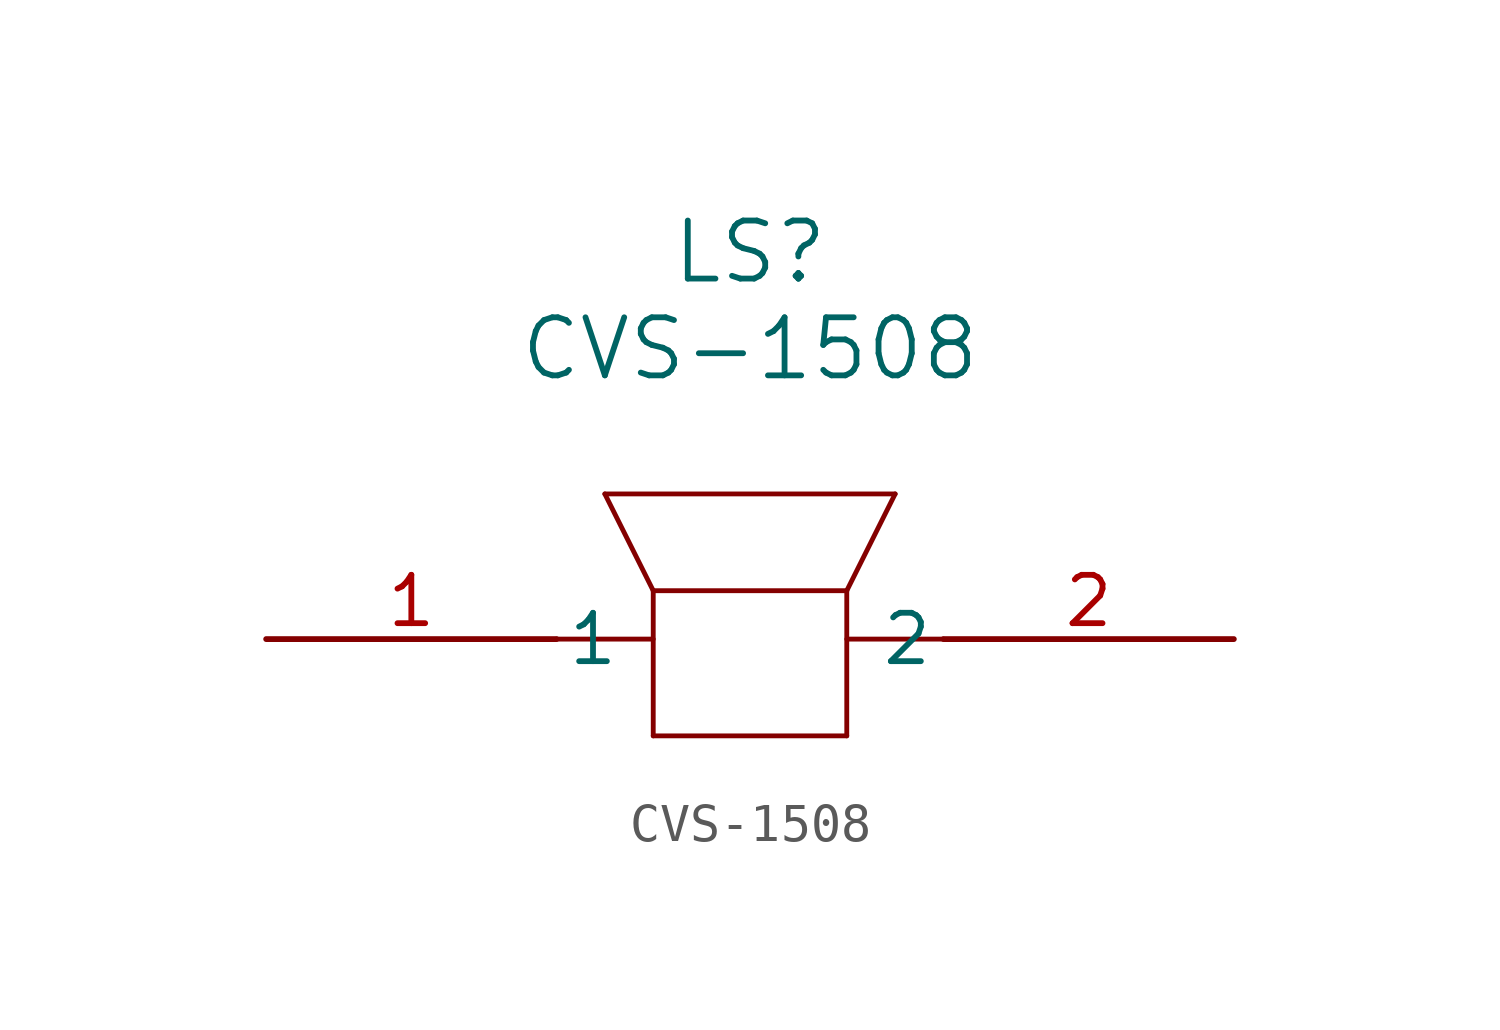
<source format=kicad_sym>
(kicad_symbol_lib
  (version 20211014)
  (generator kicad_symbol_editor)
  (symbol "CVS-1508"
    (pin_names
      (offset 0.254))
    (property "Reference" "LS"
      (at 12.7 10.16 0)
      (effects (font (size 1.524 1.524))))
    (property "Value" "CVS-1508"
      (at 12.7 7.62 0)
      (effects (font (size 1.524 1.524))))
    (polyline
      (pts (xy 7.62 0) (xy 10.16 0))
      (stroke (width 0.127) (type default) (color 0 0 0 0))
      (fill (type none)))
    (polyline
      (pts (xy 17.78 0) (xy 15.24 0))
      (stroke (width 0.127) (type default) (color 0 0 0 0))
      (fill (type none)))
    (polyline
      (pts (xy 10.16 1.27) (xy 10.16 -2.54))
      (stroke (width 0.127) (type default) (color 0 0 0 0))
      (fill (type none)))
    (polyline
      (pts (xy 10.16 -2.54) (xy 15.24 -2.54))
      (stroke (width 0.127) (type default) (color 0 0 0 0))
      (fill (type none)))
    (polyline
      (pts (xy 15.24 -2.54) (xy 15.24 1.27))
      (stroke (width 0.127) (type default) (color 0 0 0 0))
      (fill (type none)))
    (polyline
      (pts (xy 15.24 1.27) (xy 10.16 1.27))
      (stroke (width 0.127) (type default) (color 0 0 0 0))
      (fill (type none)))
    (polyline
      (pts (xy 8.89 3.81) (xy 10.16 1.27))
      (stroke (width 0.127) (type default) (color 0 0 0 0))
      (fill (type none)))
    (polyline
      (pts (xy 8.89 3.81) (xy 16.51 3.81))
      (stroke (width 0.127) (type default) (color 0 0 0 0))
      (fill (type none)))
    (polyline
      (pts (xy 15.24 1.27) (xy 16.51 3.81))
      (stroke (width 0.127) (type default) (color 0 0 0 0))
      (fill (type none)))
    (pin unspecified line
      (at 0 0 0)
      (length 7.62)
      (name "1" (effects (font (size 1.27 1.27))))
      (number "1" (effects (font (size 1.27 1.27)))))
    (pin unspecified line
      (at 25.4 0 180)
      (length 7.62)
      (name "2" (effects (font (size 1.27 1.27))))
      (number "2" (effects (font (size 1.27 1.27)))))))
</source>
